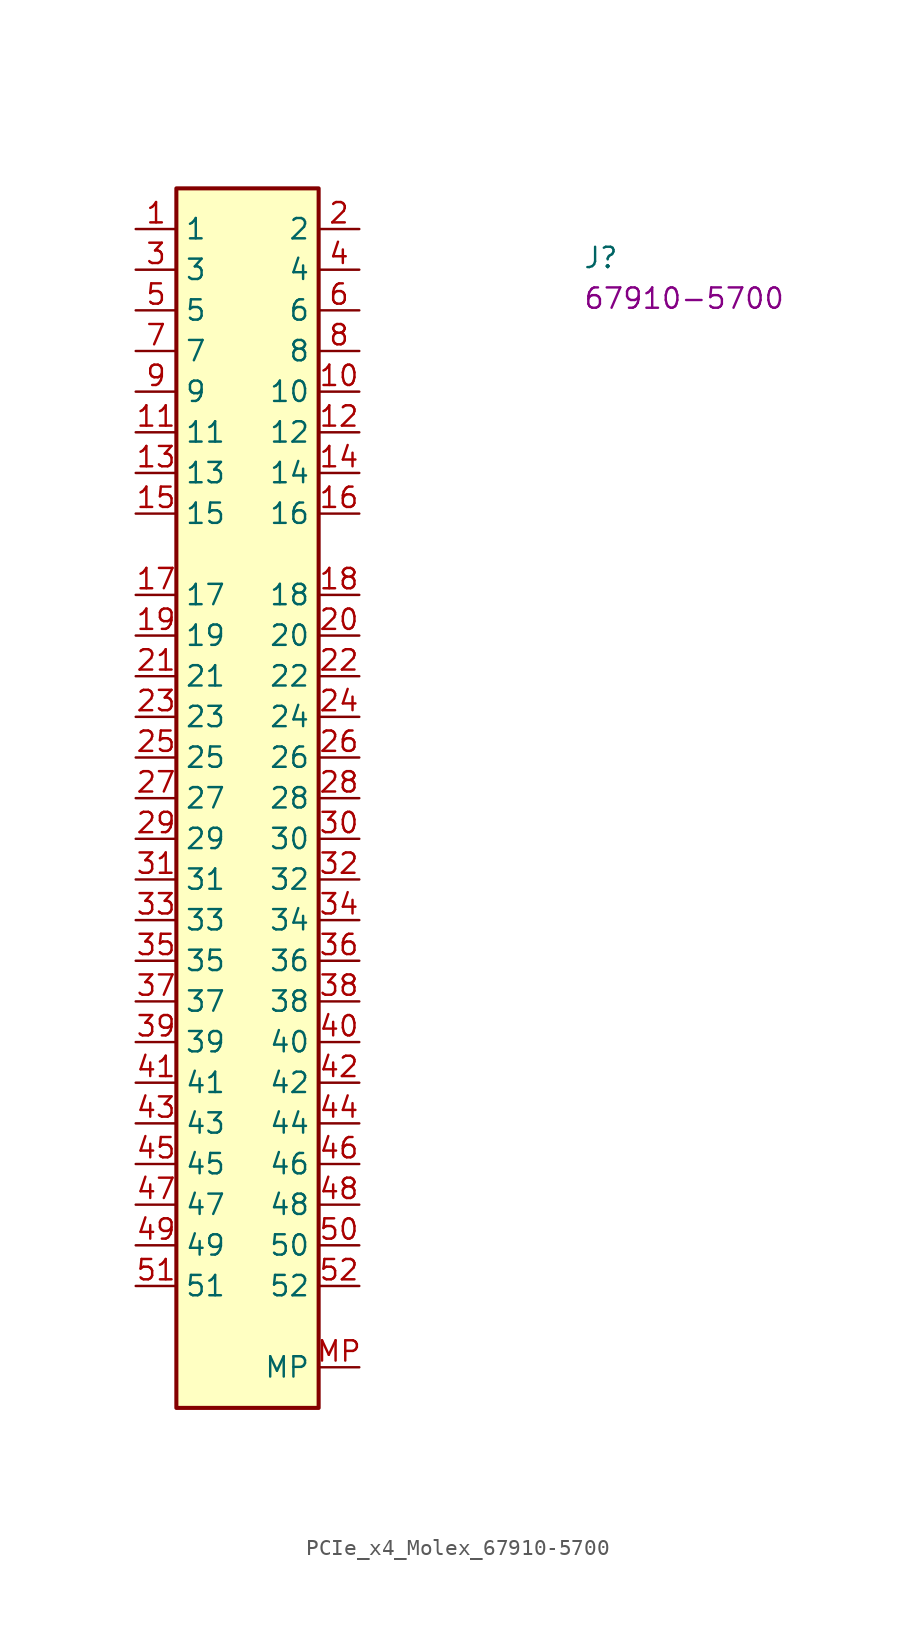
<source format=kicad_sym>
(kicad_symbol_lib
  (version 20220914)
  (generator kicad_symbol_editor)
  (symbol "PCIe_x4_Molex_67910-5700"
    (property "Reference" "J"
      (at 27.94 -2.54 0)
      (effects (font (size 1.27 1.27) (thickness 0.15)) (justify left bottom)))
    (property "MPN" "67910-5700"
      (at 27.94 -5.08 0)
      (effects (font (size 1.27 1.27) (thickness 0.15)) (justify left bottom)))
    (symbol "PCIe_x4_Molex_67910-5700_1_1"
      (rectangle (start 2.54 2.54) (end 11.43 -73.66) (stroke (width 0.254) (type default)) (fill (type background)))
      (pin passive line (at 0 0 0) (length 2.54) (name "1" (effects (font (size 1.27 1.27)))) (number "1" (effects (font (size 1.27 1.27)))))
      (pin passive line (at 13.97 -10.16 180) (length 2.54) (name "10" (effects (font (size 1.27 1.27)))) (number "10" (effects (font (size 1.27 1.27)))))
      (pin passive line (at 0 -12.7 0) (length 2.54) (name "11" (effects (font (size 1.27 1.27)))) (number "11" (effects (font (size 1.27 1.27)))))
      (pin passive line (at 13.97 -12.7 180) (length 2.54) (name "12" (effects (font (size 1.27 1.27)))) (number "12" (effects (font (size 1.27 1.27)))))
      (pin passive line (at 0 -15.24 0) (length 2.54) (name "13" (effects (font (size 1.27 1.27)))) (number "13" (effects (font (size 1.27 1.27)))))
      (pin passive line (at 13.97 -15.24 180) (length 2.54) (name "14" (effects (font (size 1.27 1.27)))) (number "14" (effects (font (size 1.27 1.27)))))
      (pin passive line (at 0 -17.78 0) (length 2.54) (name "15" (effects (font (size 1.27 1.27)))) (number "15" (effects (font (size 1.27 1.27)))))
      (pin passive line (at 13.97 -17.78 180) (length 2.54) (name "16" (effects (font (size 1.27 1.27)))) (number "16" (effects (font (size 1.27 1.27)))))
      (pin passive line (at 0 -22.86 0) (length 2.54) (name "17" (effects (font (size 1.27 1.27)))) (number "17" (effects (font (size 1.27 1.27)))))
      (pin passive line (at 13.97 -22.86 180) (length 2.54) (name "18" (effects (font (size 1.27 1.27)))) (number "18" (effects (font (size 1.27 1.27)))))
      (pin passive line (at 0 -25.4 0) (length 2.54) (name "19" (effects (font (size 1.27 1.27)))) (number "19" (effects (font (size 1.27 1.27)))))
      (pin passive line (at 13.97 0 180) (length 2.54) (name "2" (effects (font (size 1.27 1.27)))) (number "2" (effects (font (size 1.27 1.27)))))
      (pin passive line (at 13.97 -25.4 180) (length 2.54) (name "20" (effects (font (size 1.27 1.27)))) (number "20" (effects (font (size 1.27 1.27)))))
      (pin passive line (at 0 -27.94 0) (length 2.54) (name "21" (effects (font (size 1.27 1.27)))) (number "21" (effects (font (size 1.27 1.27)))))
      (pin passive line (at 13.97 -27.94 180) (length 2.54) (name "22" (effects (font (size 1.27 1.27)))) (number "22" (effects (font (size 1.27 1.27)))))
      (pin passive line (at 0 -30.48 0) (length 2.54) (name "23" (effects (font (size 1.27 1.27)))) (number "23" (effects (font (size 1.27 1.27)))))
      (pin passive line (at 13.97 -30.48 180) (length 2.54) (name "24" (effects (font (size 1.27 1.27)))) (number "24" (effects (font (size 1.27 1.27)))))
      (pin passive line (at 0 -33.02 0) (length 2.54) (name "25" (effects (font (size 1.27 1.27)))) (number "25" (effects (font (size 1.27 1.27)))))
      (pin passive line (at 13.97 -33.02 180) (length 2.54) (name "26" (effects (font (size 1.27 1.27)))) (number "26" (effects (font (size 1.27 1.27)))))
      (pin passive line (at 0 -35.56 0) (length 2.54) (name "27" (effects (font (size 1.27 1.27)))) (number "27" (effects (font (size 1.27 1.27)))))
      (pin passive line (at 13.97 -35.56 180) (length 2.54) (name "28" (effects (font (size 1.27 1.27)))) (number "28" (effects (font (size 1.27 1.27)))))
      (pin passive line (at 0 -38.1 0) (length 2.54) (name "29" (effects (font (size 1.27 1.27)))) (number "29" (effects (font (size 1.27 1.27)))))
      (pin passive line (at 0 -2.54 0) (length 2.54) (name "3" (effects (font (size 1.27 1.27)))) (number "3" (effects (font (size 1.27 1.27)))))
      (pin passive line (at 13.97 -38.1 180) (length 2.54) (name "30" (effects (font (size 1.27 1.27)))) (number "30" (effects (font (size 1.27 1.27)))))
      (pin passive line (at 0 -40.64 0) (length 2.54) (name "31" (effects (font (size 1.27 1.27)))) (number "31" (effects (font (size 1.27 1.27)))))
      (pin passive line (at 13.97 -40.64 180) (length 2.54) (name "32" (effects (font (size 1.27 1.27)))) (number "32" (effects (font (size 1.27 1.27)))))
      (pin passive line (at 0 -43.18 0) (length 2.54) (name "33" (effects (font (size 1.27 1.27)))) (number "33" (effects (font (size 1.27 1.27)))))
      (pin passive line (at 13.97 -43.18 180) (length 2.54) (name "34" (effects (font (size 1.27 1.27)))) (number "34" (effects (font (size 1.27 1.27)))))
      (pin passive line (at 0 -45.72 0) (length 2.54) (name "35" (effects (font (size 1.27 1.27)))) (number "35" (effects (font (size 1.27 1.27)))))
      (pin passive line (at 13.97 -45.72 180) (length 2.54) (name "36" (effects (font (size 1.27 1.27)))) (number "36" (effects (font (size 1.27 1.27)))))
      (pin passive line (at 0 -48.26 0) (length 2.54) (name "37" (effects (font (size 1.27 1.27)))) (number "37" (effects (font (size 1.27 1.27)))))
      (pin passive line (at 13.97 -48.26 180) (length 2.54) (name "38" (effects (font (size 1.27 1.27)))) (number "38" (effects (font (size 1.27 1.27)))))
      (pin passive line (at 0 -50.8 0) (length 2.54) (name "39" (effects (font (size 1.27 1.27)))) (number "39" (effects (font (size 1.27 1.27)))))
      (pin passive line (at 13.97 -2.54 180) (length 2.54) (name "4" (effects (font (size 1.27 1.27)))) (number "4" (effects (font (size 1.27 1.27)))))
      (pin passive line (at 13.97 -50.8 180) (length 2.54) (name "40" (effects (font (size 1.27 1.27)))) (number "40" (effects (font (size 1.27 1.27)))))
      (pin passive line (at 0 -53.34 0) (length 2.54) (name "41" (effects (font (size 1.27 1.27)))) (number "41" (effects (font (size 1.27 1.27)))))
      (pin passive line (at 13.97 -53.34 180) (length 2.54) (name "42" (effects (font (size 1.27 1.27)))) (number "42" (effects (font (size 1.27 1.27)))))
      (pin passive line (at 0 -55.88 0) (length 2.54) (name "43" (effects (font (size 1.27 1.27)))) (number "43" (effects (font (size 1.27 1.27)))))
      (pin passive line (at 13.97 -55.88 180) (length 2.54) (name "44" (effects (font (size 1.27 1.27)))) (number "44" (effects (font (size 1.27 1.27)))))
      (pin passive line (at 0 -58.42 0) (length 2.54) (name "45" (effects (font (size 1.27 1.27)))) (number "45" (effects (font (size 1.27 1.27)))))
      (pin passive line (at 13.97 -58.42 180) (length 2.54) (name "46" (effects (font (size 1.27 1.27)))) (number "46" (effects (font (size 1.27 1.27)))))
      (pin passive line (at 0 -60.96 0) (length 2.54) (name "47" (effects (font (size 1.27 1.27)))) (number "47" (effects (font (size 1.27 1.27)))))
      (pin passive line (at 13.97 -60.96 180) (length 2.54) (name "48" (effects (font (size 1.27 1.27)))) (number "48" (effects (font (size 1.27 1.27)))))
      (pin passive line (at 0 -63.5 0) (length 2.54) (name "49" (effects (font (size 1.27 1.27)))) (number "49" (effects (font (size 1.27 1.27)))))
      (pin passive line (at 0 -5.08 0) (length 2.54) (name "5" (effects (font (size 1.27 1.27)))) (number "5" (effects (font (size 1.27 1.27)))))
      (pin passive line (at 13.97 -63.5 180) (length 2.54) (name "50" (effects (font (size 1.27 1.27)))) (number "50" (effects (font (size 1.27 1.27)))))
      (pin passive line (at 0 -66.04 0) (length 2.54) (name "51" (effects (font (size 1.27 1.27)))) (number "51" (effects (font (size 1.27 1.27)))))
      (pin passive line (at 13.97 -66.04 180) (length 2.54) (name "52" (effects (font (size 1.27 1.27)))) (number "52" (effects (font (size 1.27 1.27)))))
      (pin passive line (at 13.97 -5.08 180) (length 2.54) (name "6" (effects (font (size 1.27 1.27)))) (number "6" (effects (font (size 1.27 1.27)))))
      (pin passive line (at 0 -7.62 0) (length 2.54) (name "7" (effects (font (size 1.27 1.27)))) (number "7" (effects (font (size 1.27 1.27)))))
      (pin passive line (at 13.97 -7.62 180) (length 2.54) (name "8" (effects (font (size 1.27 1.27)))) (number "8" (effects (font (size 1.27 1.27)))))
      (pin passive line (at 0 -10.16 0) (length 2.54) (name "9" (effects (font (size 1.27 1.27)))) (number "9" (effects (font (size 1.27 1.27)))))
      (pin passive line (at 13.97 -71.12 180) (length 2.54) (name "MP" (effects (font (size 1.27 1.27)))) (number "MP" (effects (font (size 1.27 1.27))))))))
</source>
